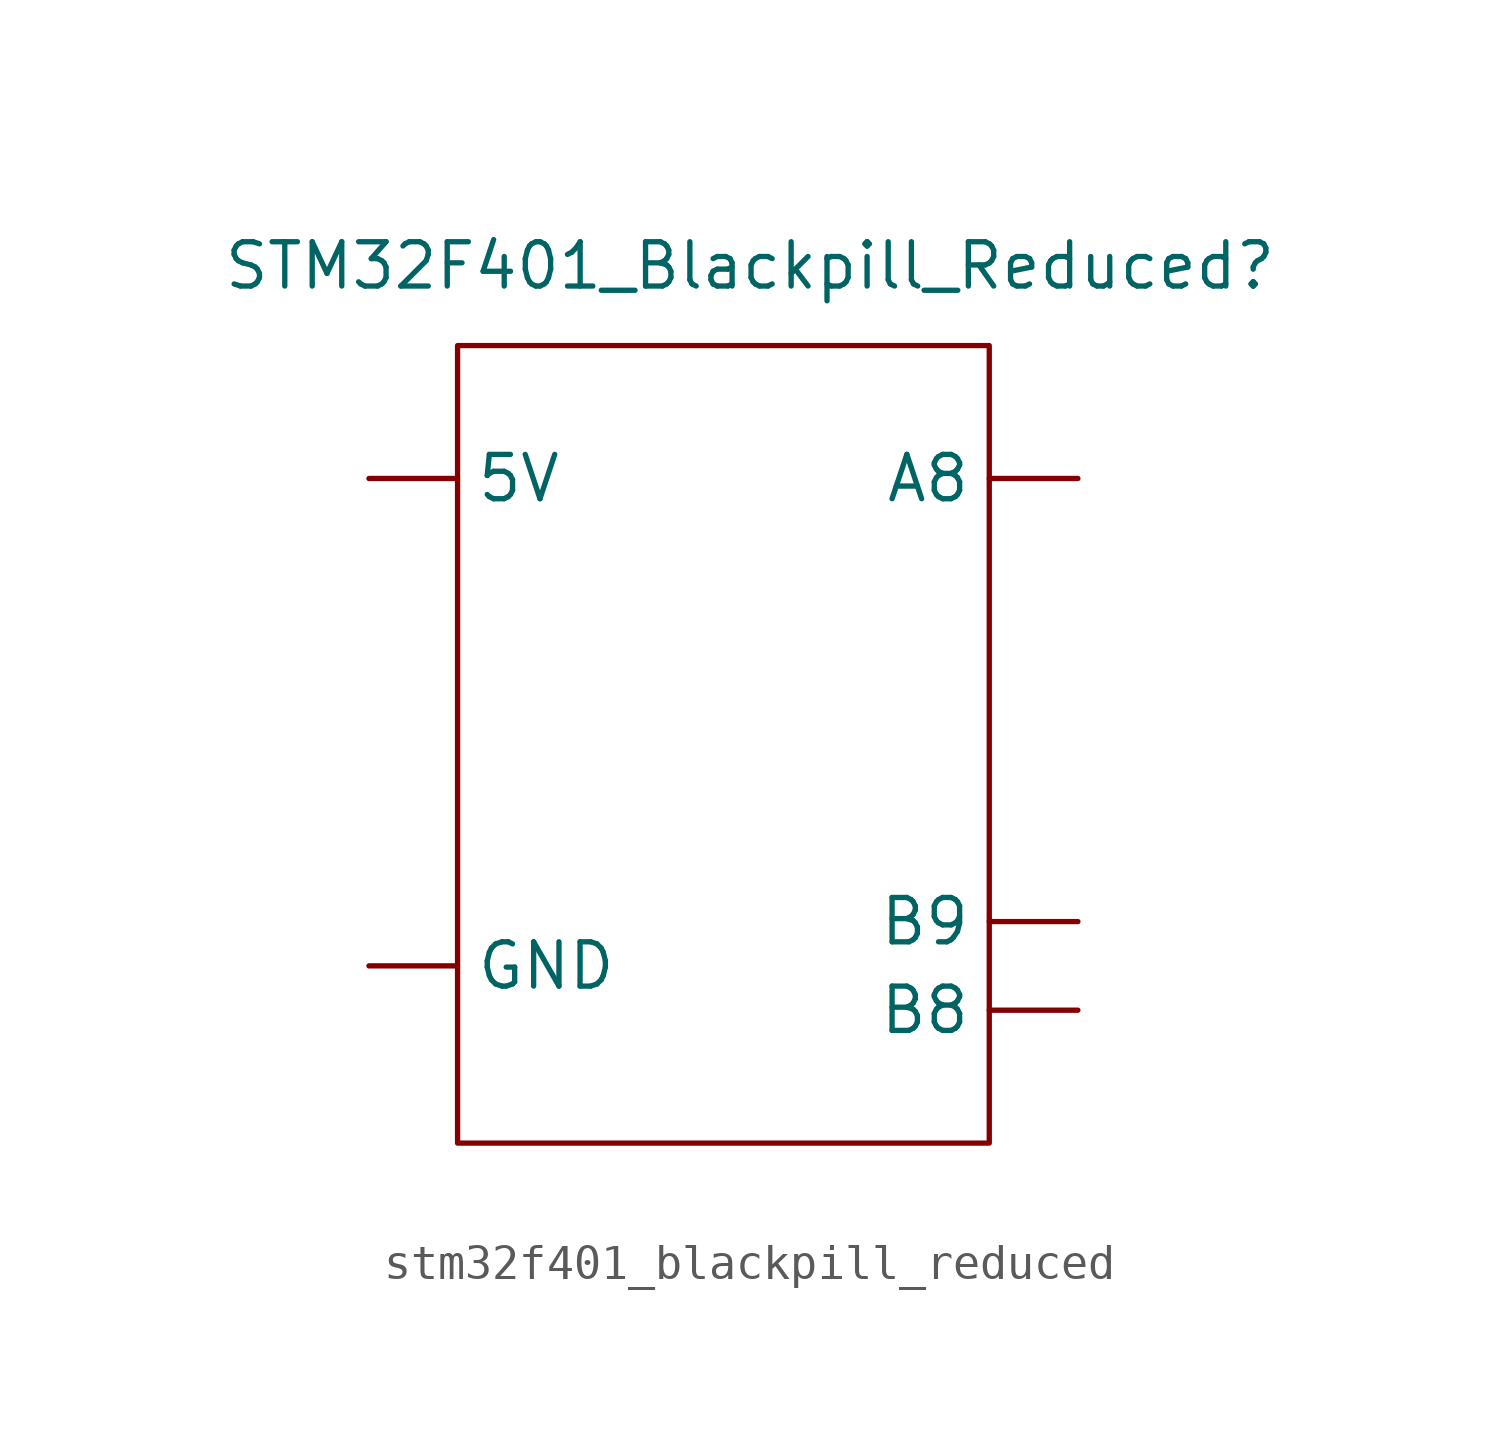
<source format=kicad_sym>
(kicad_symbol_lib
  (version 20241209)
  (generator "kicad_symbol_editor")
  (generator_version "9.0")
  (symbol "stm32f401_blackpill_reduced"
    (property "Reference" "STM32F401_Blackpill_Reduced"
      (at 4.572 7.366 0)
      (effects (font (size 1.27 1.27))))
    (property "Value" ""
      (at 0 0 0)
      (effects (font (size 1.27 1.27))))
    (symbol "stm32f401_blackpill_reduced_0_1"
      (rectangle (start -3.81 5.08) (end 11.43 -17.78) (stroke (width 0) (type default)) (fill (type none))))
    (symbol "stm32f401_blackpill_reduced_1_1"
      (pin input line (at -6.35 1.27 0) (length 2.54) (name "5V" (effects (font (size 1.27 1.27)))) (number "" (effects (font (size 1.27 1.27)))))
      (pin input line (at -6.35 -12.7 0) (length 2.54) (name "GND" (effects (font (size 1.27 1.27)))) (number "" (effects (font (size 1.27 1.27)))))
      (pin output line (at 13.97 1.27 180) (length 2.54) (name "A8" (effects (font (size 1.27 1.27)))) (number "" (effects (font (size 1.27 1.27)))))
      (pin input line (at 13.97 -11.43 180) (length 2.54) (name "B9" (effects (font (size 1.27 1.27)))) (number "" (effects (font (size 1.27 1.27)))))
      (pin input line (at 13.97 -13.97 180) (length 2.54) (name "B8" (effects (font (size 1.27 1.27)))) (number "" (effects (font (size 1.27 1.27))))))))
</source>
